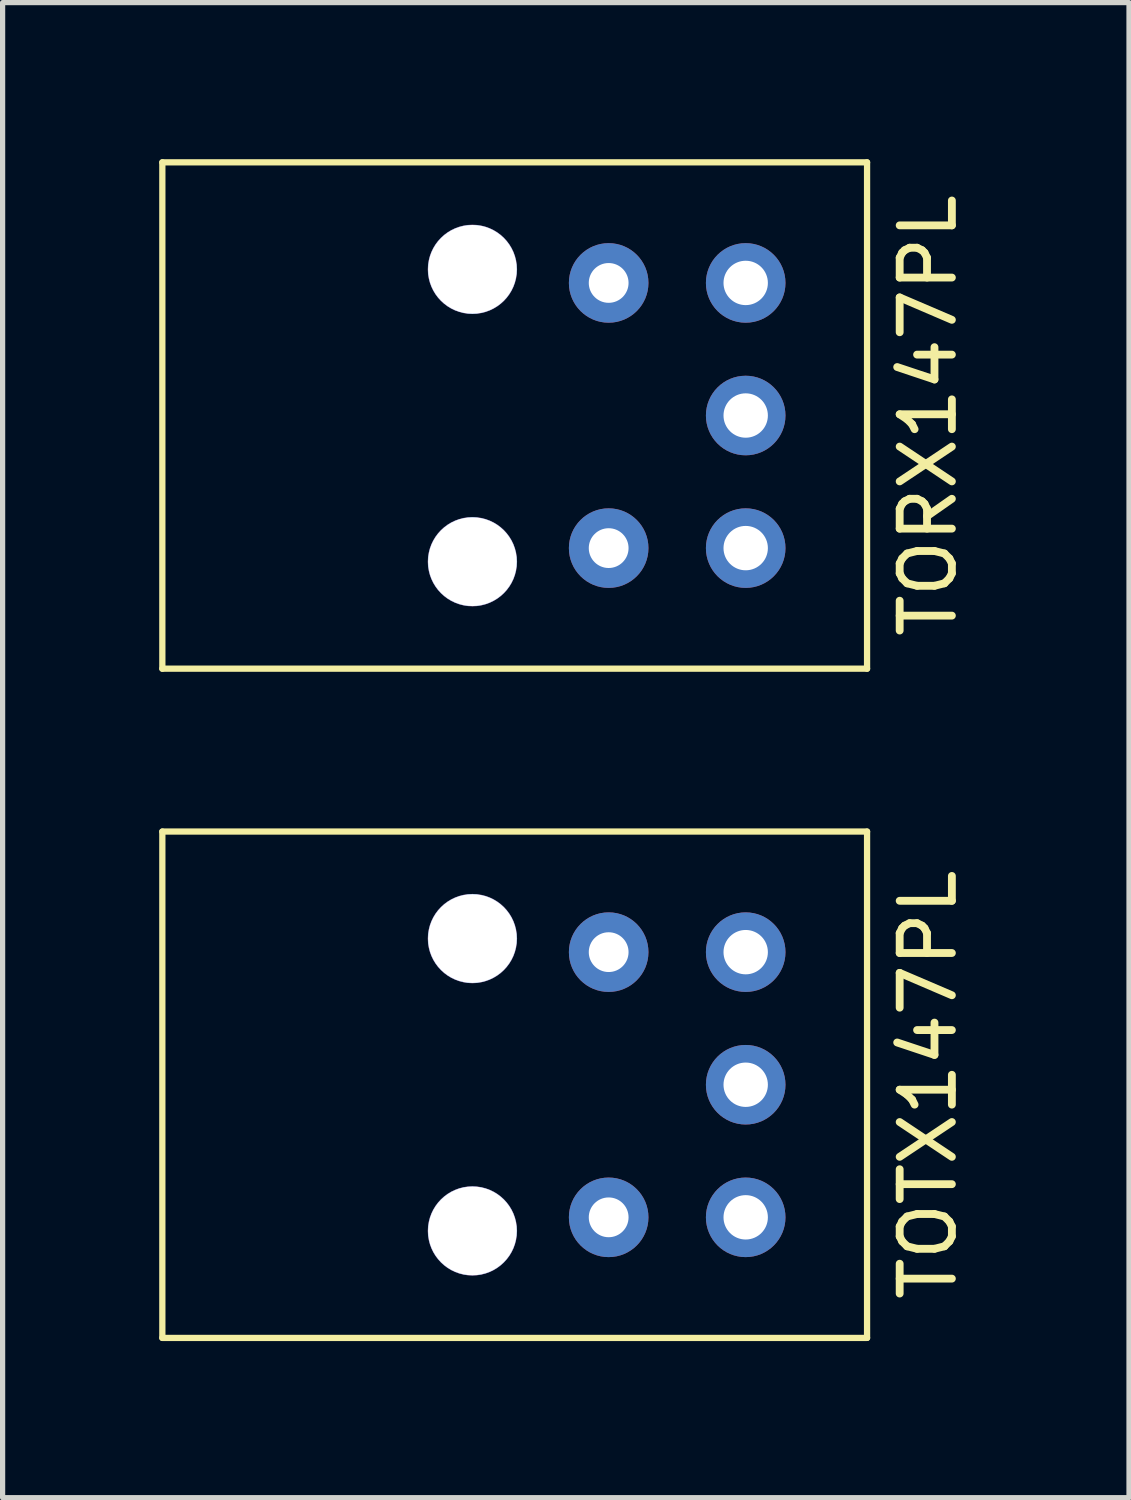
<source format=kicad_pcb>
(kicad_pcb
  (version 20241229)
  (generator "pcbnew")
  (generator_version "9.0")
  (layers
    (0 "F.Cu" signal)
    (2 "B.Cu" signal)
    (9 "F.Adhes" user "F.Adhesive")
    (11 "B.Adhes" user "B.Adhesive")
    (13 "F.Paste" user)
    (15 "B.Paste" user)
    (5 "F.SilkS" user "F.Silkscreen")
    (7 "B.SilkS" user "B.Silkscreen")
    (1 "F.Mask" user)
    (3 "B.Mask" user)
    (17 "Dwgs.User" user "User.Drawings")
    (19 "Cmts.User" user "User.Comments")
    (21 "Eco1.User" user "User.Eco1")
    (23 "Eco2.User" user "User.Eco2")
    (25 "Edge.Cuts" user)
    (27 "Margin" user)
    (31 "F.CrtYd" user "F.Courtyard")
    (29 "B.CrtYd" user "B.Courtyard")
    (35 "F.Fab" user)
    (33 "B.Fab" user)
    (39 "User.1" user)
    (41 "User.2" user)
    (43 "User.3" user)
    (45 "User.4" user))
  (footprint "TOTX147PL"
    (layer "F.Cu")
    (at 8.61 17.73)
    (property "Reference" "TOTX147PL" (at 6.12 0 90) (unlocked yes) (layer "F.SilkS") (effects (font (size 1 1) (thickness 0.15))))
    (attr through_hole)
    (fp_line (start -8.55 -4.85) (end -8.55 4.85) (stroke (width 0.12) (type solid)) (layer "F.SilkS"))
    (fp_line (start 4.95 -4.85) (end -8.55 -4.85) (stroke (width 0.12) (type solid)) (layer "F.SilkS"))
    (fp_line (start 4.95 -4.85) (end 4.95 4.85) (stroke (width 0.12) (type solid)) (layer "F.SilkS"))
    (fp_line (start 4.95 4.85) (end -8.55 4.85) (stroke (width 0.12) (type solid)) (layer "F.SilkS"))
    (pad "" np_thru_hole circle (at -2.61 -2.8) (size 1.71 1.71) (drill 1.7) (layers "*.Cu" "*.Mask"))
    (pad "" np_thru_hole circle (at -2.61 2.8) (size 1.71 1.71) (drill 1.7) (layers "*.Cu" "*.Mask"))
    (pad "1" thru_hole circle (at 2.625 2.54) (size 1.524 1.524) (drill 0.85) (layers "*.Cu" "*.Mask"))
    (pad "2" thru_hole circle (at 2.625 0) (size 1.524 1.524) (drill 0.85) (layers "*.Cu" "*.Mask"))
    (pad "3" thru_hole circle (at 2.625 -2.54) (size 1.524 1.524) (drill 0.85) (layers "*.Cu" "*.Mask"))
    (pad "4" thru_hole circle (at 0 -2.54) (size 1.524 1.524) (drill 0.762) (layers "*.Cu" "*.Mask"))
    (pad "5" thru_hole circle (at 0 2.54) (size 1.524 1.524) (drill 0.762) (layers "*.Cu" "*.Mask")))
  (footprint "TORX147PL"
    (layer "F.Cu")
    (at 8.61 4.91)
    (property "Reference" "TORX147PL" (at 6.12 0 90) (unlocked yes) (layer "F.SilkS") (effects (font (size 1 1) (thickness 0.15))))
    (attr through_hole)
    (fp_line (start -8.55 -4.85) (end -8.55 4.85) (stroke (width 0.12) (type solid)) (layer "F.SilkS"))
    (fp_line (start 4.95 -4.85) (end -8.55 -4.85) (stroke (width 0.12) (type solid)) (layer "F.SilkS"))
    (fp_line (start 4.95 -4.85) (end 4.95 4.85) (stroke (width 0.12) (type solid)) (layer "F.SilkS"))
    (fp_line (start 4.95 4.85) (end -8.55 4.85) (stroke (width 0.12) (type solid)) (layer "F.SilkS"))
    (pad "" np_thru_hole circle (at -2.61 -2.8) (size 1.71 1.71) (drill 1.7) (layers "*.Cu" "*.Mask"))
    (pad "" np_thru_hole circle (at -2.61 2.8) (size 1.71 1.71) (drill 1.7) (layers "*.Cu" "*.Mask"))
    (pad "1" thru_hole circle (at 2.625 2.54) (size 1.524 1.524) (drill 0.85) (layers "*.Cu" "*.Mask"))
    (pad "2" thru_hole circle (at 2.625 0) (size 1.524 1.524) (drill 0.85) (layers "*.Cu" "*.Mask"))
    (pad "3" thru_hole circle (at 2.625 -2.54) (size 1.524 1.524) (drill 0.85) (layers "*.Cu" "*.Mask"))
    (pad "4" thru_hole circle (at 0 -2.54) (size 1.524 1.524) (drill 0.762) (layers "*.Cu" "*.Mask"))
    (pad "5" thru_hole circle (at 0 2.54) (size 1.524 1.524) (drill 0.762) (layers "*.Cu" "*.Mask")))
  (gr_rect
    (start -3 -3)
    (end 18.578 25.64)
    (stroke (width 0.1) (type default))
    (fill no)
    (layer "Edge.Cuts")))
</source>
